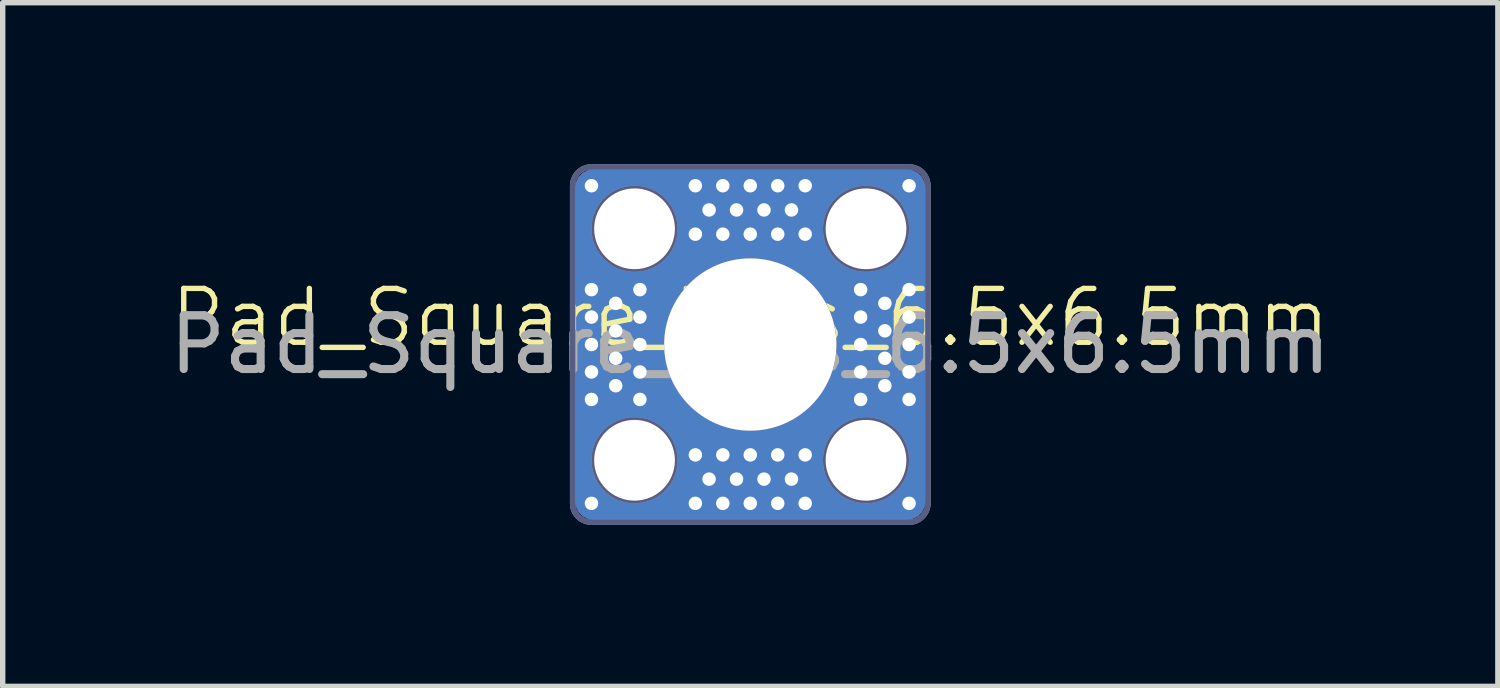
<source format=kicad_pcb>
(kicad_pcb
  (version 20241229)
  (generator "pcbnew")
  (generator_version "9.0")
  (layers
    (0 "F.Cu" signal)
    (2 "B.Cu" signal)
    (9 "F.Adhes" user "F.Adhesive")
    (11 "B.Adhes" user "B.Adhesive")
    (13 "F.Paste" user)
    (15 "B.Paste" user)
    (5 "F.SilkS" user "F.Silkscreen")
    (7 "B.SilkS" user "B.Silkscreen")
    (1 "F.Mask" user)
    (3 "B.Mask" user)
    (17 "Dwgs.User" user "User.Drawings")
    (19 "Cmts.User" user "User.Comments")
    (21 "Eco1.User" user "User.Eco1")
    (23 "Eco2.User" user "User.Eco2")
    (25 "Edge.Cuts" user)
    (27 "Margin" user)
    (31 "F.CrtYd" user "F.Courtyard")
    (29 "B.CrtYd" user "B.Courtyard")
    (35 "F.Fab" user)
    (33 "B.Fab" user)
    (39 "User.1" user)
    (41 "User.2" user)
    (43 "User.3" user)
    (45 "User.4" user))
  (footprint "Pad_Square_Vias_6.5x6.5mm"
    (layer "F.Cu")
    (at 10.887 3.35)
    (property "Reference" "Pad_Square_Vias_6.5x6.5mm" (at 0 -0.5 0) (unlocked yes) (layer "F.SilkS") (effects (font (size 1 1) (thickness 0.1))))
    (attr smd)
    (fp_line (start -3.3 -2.95) (end -3.3 2.95) (stroke (width 0.1) (type default)) (layer "B.Fab"))
    (fp_line (start -2.95 3.3) (end 2.95 3.3) (stroke (width 0.1) (type default)) (layer "B.Fab"))
    (fp_line (start 2.95 -3.3) (end -2.95 -3.3) (stroke (width 0.1) (type default)) (layer "B.Fab"))
    (fp_line (start 3.3 2.95) (end 3.3 -2.95) (stroke (width 0.1) (type default)) (layer "B.Fab"))
    (fp_arc (start -3.3 -2.95) (mid -3.197487 -3.197487) (end -2.95 -3.3) (stroke (width 0.1) (type default)) (layer "B.Fab"))
    (fp_arc (start -2.95 3.3) (mid -3.197488 3.197488) (end -3.3 2.95) (stroke (width 0.1) (type default)) (layer "B.Fab"))
    (fp_arc (start 2.95 -3.3) (mid 3.197487 -3.197487) (end 3.3 -2.95) (stroke (width 0.1) (type default)) (layer "B.Fab"))
    (fp_arc (start 3.3 2.95) (mid 3.197488 3.197488) (end 2.95 3.3) (stroke (width 0.1) (type default)) (layer "B.Fab"))
    (fp_circle (center -2.15 -2.15) (end -1.4 -2.15) (stroke (width 0.1) (type default)) (fill no) (layer "B.Fab"))
    (fp_circle (center -2.15 2.15) (end -1.4 2.15) (stroke (width 0.1) (type default)) (fill no) (layer "B.Fab"))
    (fp_circle (center 0 0) (end 1.55 0) (stroke (width 0.1) (type default)) (fill no) (layer "B.Fab"))
    (fp_circle (center 2.15 -2.15) (end 2.9 -2.15) (stroke (width 0.1) (type default)) (fill no) (layer "B.Fab"))
    (fp_circle (center 2.15 2.15) (end 2.9 2.15) (stroke (width 0.1) (type default)) (fill no) (layer "B.Fab"))
    (fp_line (start -3.3 -2.95) (end -3.3 2.95) (stroke (width 0.1) (type default)) (layer "F.Fab"))
    (fp_line (start -2.95 3.3) (end 2.95 3.3) (stroke (width 0.1) (type default)) (layer "F.Fab"))
    (fp_line (start 2.95 -3.3) (end -2.95 -3.3) (stroke (width 0.1) (type default)) (layer "F.Fab"))
    (fp_line (start 3.3 2.95) (end 3.3 -2.95) (stroke (width 0.1) (type default)) (layer "F.Fab"))
    (fp_arc (start -3.3 -2.95) (mid -3.197487 -3.197487) (end -2.95 -3.3) (stroke (width 0.1) (type default)) (layer "F.Fab"))
    (fp_arc (start -2.95 3.3) (mid -3.197487 3.197487) (end -3.3 2.95) (stroke (width 0.1) (type default)) (layer "F.Fab"))
    (fp_arc (start 2.95 -3.3) (mid 3.197487 -3.197487) (end 3.3 -2.95) (stroke (width 0.1) (type default)) (layer "F.Fab"))
    (fp_arc (start 3.3 2.95) (mid 3.197487 3.197487) (end 2.95 3.3) (stroke (width 0.1) (type default)) (layer "F.Fab"))
    (fp_circle (center -2.15 -2.15) (end -2.15 -1.4) (stroke (width 0.1) (type default)) (fill no) (layer "F.Fab"))
    (fp_circle (center -2.15 2.15) (end -2.15 2.9) (stroke (width 0.1) (type default)) (fill no) (layer "F.Fab"))
    (fp_circle (center 0 0) (end 0 1.55) (stroke (width 0.1) (type default)) (fill no) (layer "F.Fab"))
    (fp_circle (center 2.15 -2.15) (end 2.15 -1.4) (stroke (width 0.1) (type default)) (fill no) (layer "F.Fab"))
    (fp_circle (center 2.15 2.15) (end 2.15 2.9) (stroke (width 0.1) (type default)) (fill no) (layer "F.Fab"))
    (fp_text user "${REFERENCE}" (at 0 0 0) (layer "F.Fab") (effects (font (size 1 1) (thickness 0.15))))
    (pad "1" thru_hole circle (at -2.95 -2.95 180) (size 0.55 0.55) (drill 0.25) (layers "*.Cu"))
    (pad "1" thru_hole circle (at -2.95 -1.02 90) (size 0.55 0.55) (drill 0.25) (layers "*.Cu"))
    (pad "1" thru_hole circle (at -2.95 -0.51 90) (size 0.55 0.55) (drill 0.25) (layers "*.Cu"))
    (pad "1" thru_hole circle (at -2.95 0 90) (size 0.55 0.55) (drill 0.25) (layers "*.Cu"))
    (pad "1" thru_hole circle (at -2.95 0.51 90) (size 0.55 0.55) (drill 0.25) (layers "*.Cu"))
    (pad "1" thru_hole circle (at -2.95 1.02 90) (size 0.55 0.55) (drill 0.25) (layers "*.Cu"))
    (pad "1" thru_hole circle (at -2.95 2.95 180) (size 0.55 0.55) (drill 0.25) (layers "*.Cu"))
    (pad "1" thru_hole circle (at -2.5 -0.765 90) (size 0.55 0.55) (drill 0.25) (layers "*.Cu"))
    (pad "1" thru_hole circle (at -2.5 -0.255 90) (size 0.55 0.55) (drill 0.25) (layers "*.Cu"))
    (pad "1" thru_hole circle (at -2.5 0.255 90) (size 0.55 0.55) (drill 0.25) (layers "*.Cu"))
    (pad "1" thru_hole circle (at -2.5 0.765 90) (size 0.55 0.55) (drill 0.25) (layers "*.Cu"))
    (pad "1" thru_hole circle (at -2.15 -2.15 180) (size 2 2) (drill 1.5) (layers "*.Cu"))
    (pad "1" thru_hole circle (at -2.15 2.15 180) (size 2 2) (drill 1.5) (layers "*.Cu"))
    (pad "1" thru_hole circle (at -2.05 -1.02 90) (size 0.55 0.55) (drill 0.25) (layers "*.Cu"))
    (pad "1" thru_hole circle (at -2.05 -0.51 90) (size 0.55 0.55) (drill 0.25) (layers "*.Cu"))
    (pad "1" thru_hole circle (at -2.05 0 90) (size 0.55 0.55) (drill 0.25) (layers "*.Cu"))
    (pad "1" thru_hole circle (at -2.05 0.51 90) (size 0.55 0.55) (drill 0.25) (layers "*.Cu"))
    (pad "1" thru_hole circle (at -2.05 1.02 90) (size 0.55 0.55) (drill 0.25) (layers "*.Cu"))
    (pad "1" thru_hole circle (at -1.02 -2.95) (size 0.55 0.55) (drill 0.25) (layers "*.Cu"))
    (pad "1" thru_hole circle (at -1.02 -2.05) (size 0.55 0.55) (drill 0.25) (layers "*.Cu"))
    (pad "1" thru_hole circle (at -1.02 2.05) (size 0.55 0.55) (drill 0.25) (layers "*.Cu"))
    (pad "1" thru_hole circle (at -1.02 2.95) (size 0.55 0.55) (drill 0.25) (layers "*.Cu"))
    (pad "1" thru_hole circle (at -0.765 -2.5) (size 0.55 0.55) (drill 0.25) (layers "*.Cu"))
    (pad "1" thru_hole circle (at -0.765 2.5) (size 0.55 0.55) (drill 0.25) (layers "*.Cu"))
    (pad "1" thru_hole circle (at -0.51 -2.95) (size 0.55 0.55) (drill 0.25) (layers "*.Cu"))
    (pad "1" thru_hole circle (at -0.51 -2.05) (size 0.55 0.55) (drill 0.25) (layers "*.Cu"))
    (pad "1" thru_hole circle (at -0.51 2.05) (size 0.55 0.55) (drill 0.25) (layers "*.Cu"))
    (pad "1" thru_hole circle (at -0.51 2.95) (size 0.55 0.55) (drill 0.25) (layers "*.Cu"))
    (pad "1" thru_hole circle (at -0.255 -2.5) (size 0.55 0.55) (drill 0.25) (layers "*.Cu"))
    (pad "1" thru_hole circle (at -0.255 2.5) (size 0.55 0.55) (drill 0.25) (layers "*.Cu"))
    (pad "1" thru_hole circle (at 0 -2.95) (size 0.55 0.55) (drill 0.25) (layers "*.Cu"))
    (pad "1" thru_hole circle (at 0 -2.05) (size 0.55 0.55) (drill 0.25) (layers "*.Cu"))
    (pad "1" thru_hole roundrect (at 0 0) (size 6.5 6.5) (drill 3.2) (layers "*.Cu" "*.Mask") (roundrect_rratio 0.05))
    (pad "1" thru_hole circle (at 0 2.05) (size 0.55 0.55) (drill 0.25) (layers "*.Cu"))
    (pad "1" thru_hole circle (at 0 2.95) (size 0.55 0.55) (drill 0.25) (layers "*.Cu"))
    (pad "1" thru_hole circle (at 0.255 -2.5) (size 0.55 0.55) (drill 0.25) (layers "*.Cu"))
    (pad "1" thru_hole circle (at 0.255 2.5) (size 0.55 0.55) (drill 0.25) (layers "*.Cu"))
    (pad "1" thru_hole circle (at 0.51 -2.95) (size 0.55 0.55) (drill 0.25) (layers "*.Cu"))
    (pad "1" thru_hole circle (at 0.51 -2.05) (size 0.55 0.55) (drill 0.25) (layers "*.Cu"))
    (pad "1" thru_hole circle (at 0.51 2.05) (size 0.55 0.55) (drill 0.25) (layers "*.Cu"))
    (pad "1" thru_hole circle (at 0.51 2.95) (size 0.55 0.55) (drill 0.25) (layers "*.Cu"))
    (pad "1" thru_hole circle (at 0.765 -2.5) (size 0.55 0.55) (drill 0.25) (layers "*.Cu"))
    (pad "1" thru_hole circle (at 0.765 2.5) (size 0.55 0.55) (drill 0.25) (layers "*.Cu"))
    (pad "1" thru_hole circle (at 1.02 -2.95) (size 0.55 0.55) (drill 0.25) (layers "*.Cu"))
    (pad "1" thru_hole circle (at 1.02 -2.05) (size 0.55 0.55) (drill 0.25) (layers "*.Cu"))
    (pad "1" thru_hole circle (at 1.02 2.05) (size 0.55 0.55) (drill 0.25) (layers "*.Cu"))
    (pad "1" thru_hole circle (at 1.02 2.95) (size 0.55 0.55) (drill 0.25) (layers "*.Cu"))
    (pad "1" thru_hole circle (at 2.05 -1.02 270) (size 0.55 0.55) (drill 0.25) (layers "*.Cu"))
    (pad "1" thru_hole circle (at 2.05 -0.51 270) (size 0.55 0.55) (drill 0.25) (layers "*.Cu"))
    (pad "1" thru_hole circle (at 2.05 0 270) (size 0.55 0.55) (drill 0.25) (layers "*.Cu"))
    (pad "1" thru_hole circle (at 2.05 0.51 270) (size 0.55 0.55) (drill 0.25) (layers "*.Cu"))
    (pad "1" thru_hole circle (at 2.05 1.02 270) (size 0.55 0.55) (drill 0.25) (layers "*.Cu"))
    (pad "1" thru_hole circle (at 2.15 -2.15 180) (size 2 2) (drill 1.5) (layers "*.Cu"))
    (pad "1" thru_hole circle (at 2.15 2.15 180) (size 2 2) (drill 1.5) (layers "*.Cu"))
    (pad "1" thru_hole circle (at 2.5 -0.765 270) (size 0.55 0.55) (drill 0.25) (layers "*.Cu"))
    (pad "1" thru_hole circle (at 2.5 -0.255 270) (size 0.55 0.55) (drill 0.25) (layers "*.Cu"))
    (pad "1" thru_hole circle (at 2.5 0.255 270) (size 0.55 0.55) (drill 0.25) (layers "*.Cu"))
    (pad "1" thru_hole circle (at 2.5 0.765 270) (size 0.55 0.55) (drill 0.25) (layers "*.Cu"))
    (pad "1" thru_hole circle (at 2.95 -2.95 180) (size 0.55 0.55) (drill 0.25) (layers "*.Cu"))
    (pad "1" thru_hole circle (at 2.95 -1.02 270) (size 0.55 0.55) (drill 0.25) (layers "*.Cu"))
    (pad "1" thru_hole circle (at 2.95 -0.51 270) (size 0.55 0.55) (drill 0.25) (layers "*.Cu"))
    (pad "1" thru_hole circle (at 2.95 0 270) (size 0.55 0.55) (drill 0.25) (layers "*.Cu"))
    (pad "1" thru_hole circle (at 2.95 0.51 270) (size 0.55 0.55) (drill 0.25) (layers "*.Cu"))
    (pad "1" thru_hole circle (at 2.95 1.02 270) (size 0.55 0.55) (drill 0.25) (layers "*.Cu"))
    (pad "1" thru_hole circle (at 2.95 2.95 180) (size 0.55 0.55) (drill 0.25) (layers "*.Cu")))
  (gr_rect
    (start -3 -3)
    (end 24.774 9.7)
    (stroke (width 0.1) (type default))
    (fill no)
    (layer "Edge.Cuts")))
</source>
